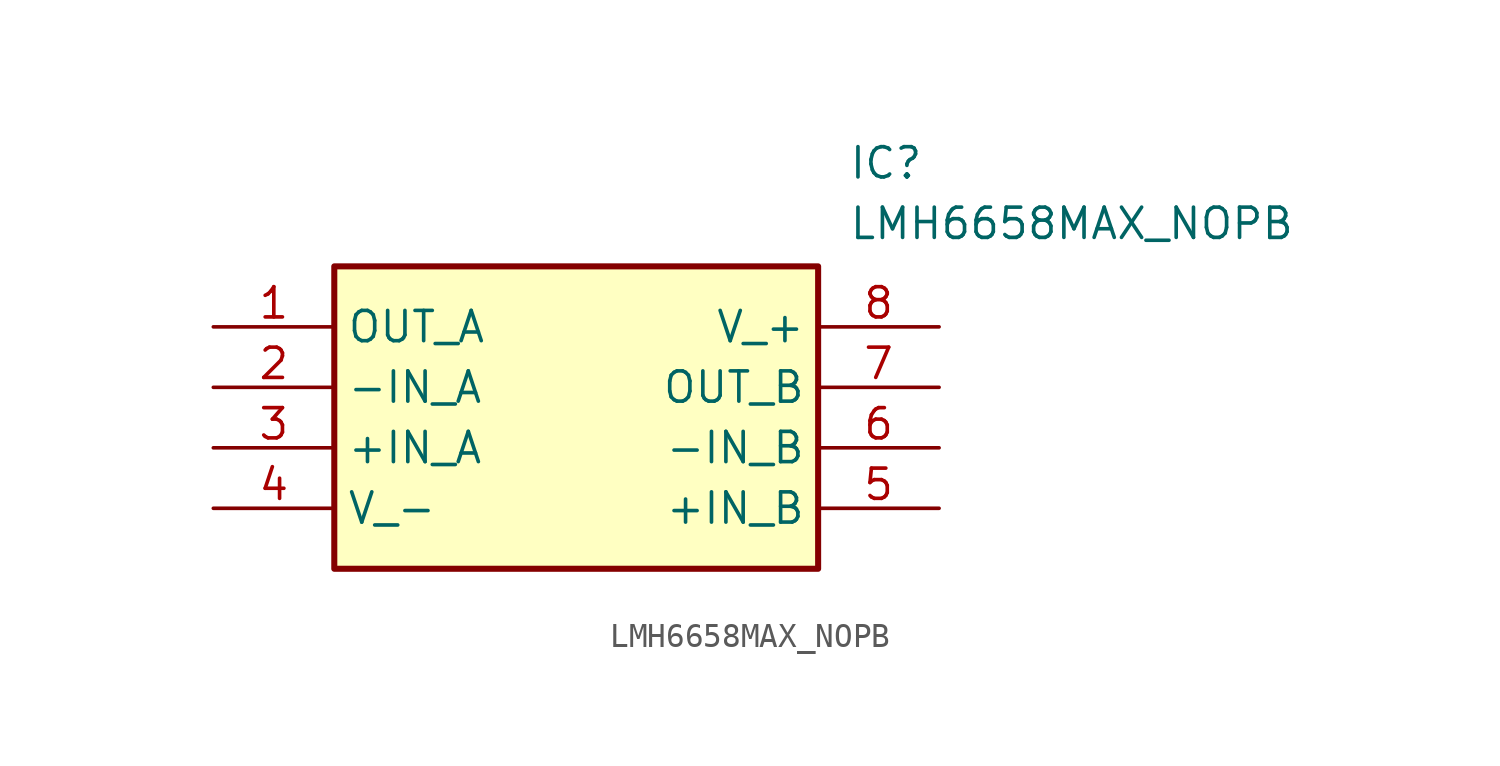
<source format=kicad_sym>
(kicad_symbol_lib
  (version 20211014)
  (generator SamacSys_ECAD_Model)
  (symbol "LMH6658MAX_NOPB"
    (property "Reference" "IC"
      (at 26.67 7.62 0)
      (effects (font (size 1.27 1.27)) (justify left top)))
    (property "Value" "LMH6658MAX_NOPB"
      (at 26.67 5.08 0)
      (effects (font (size 1.27 1.27)) (justify left top)))
    (rectangle
      (start 5.08 2.54)
      (end 25.4 -10.16)
      (stroke (width 0.254) (type default))
      (fill (type background)))
    (pin passive line
      (at 0 0 0)
      (length 5.08)
      (name "OUT_A" (effects (font (size 1.27 1.27))))
      (number "1" (effects (font (size 1.27 1.27)))))
    (pin passive line
      (at 0 -2.54 0)
      (length 5.08)
      (name "-IN_A" (effects (font (size 1.27 1.27))))
      (number "2" (effects (font (size 1.27 1.27)))))
    (pin passive line
      (at 0 -5.08 0)
      (length 5.08)
      (name "+IN_A" (effects (font (size 1.27 1.27))))
      (number "3" (effects (font (size 1.27 1.27)))))
    (pin passive line
      (at 0 -7.62 0)
      (length 5.08)
      (name "V_-" (effects (font (size 1.27 1.27))))
      (number "4" (effects (font (size 1.27 1.27)))))
    (pin passive line
      (at 30.48 0 180)
      (length 5.08)
      (name "V_+" (effects (font (size 1.27 1.27))))
      (number "8" (effects (font (size 1.27 1.27)))))
    (pin passive line
      (at 30.48 -2.54 180)
      (length 5.08)
      (name "OUT_B" (effects (font (size 1.27 1.27))))
      (number "7" (effects (font (size 1.27 1.27)))))
    (pin passive line
      (at 30.48 -5.08 180)
      (length 5.08)
      (name "-IN_B" (effects (font (size 1.27 1.27))))
      (number "6" (effects (font (size 1.27 1.27)))))
    (pin passive line
      (at 30.48 -7.62 180)
      (length 5.08)
      (name "+IN_B" (effects (font (size 1.27 1.27))))
      (number "5" (effects (font (size 1.27 1.27)))))))
</source>
